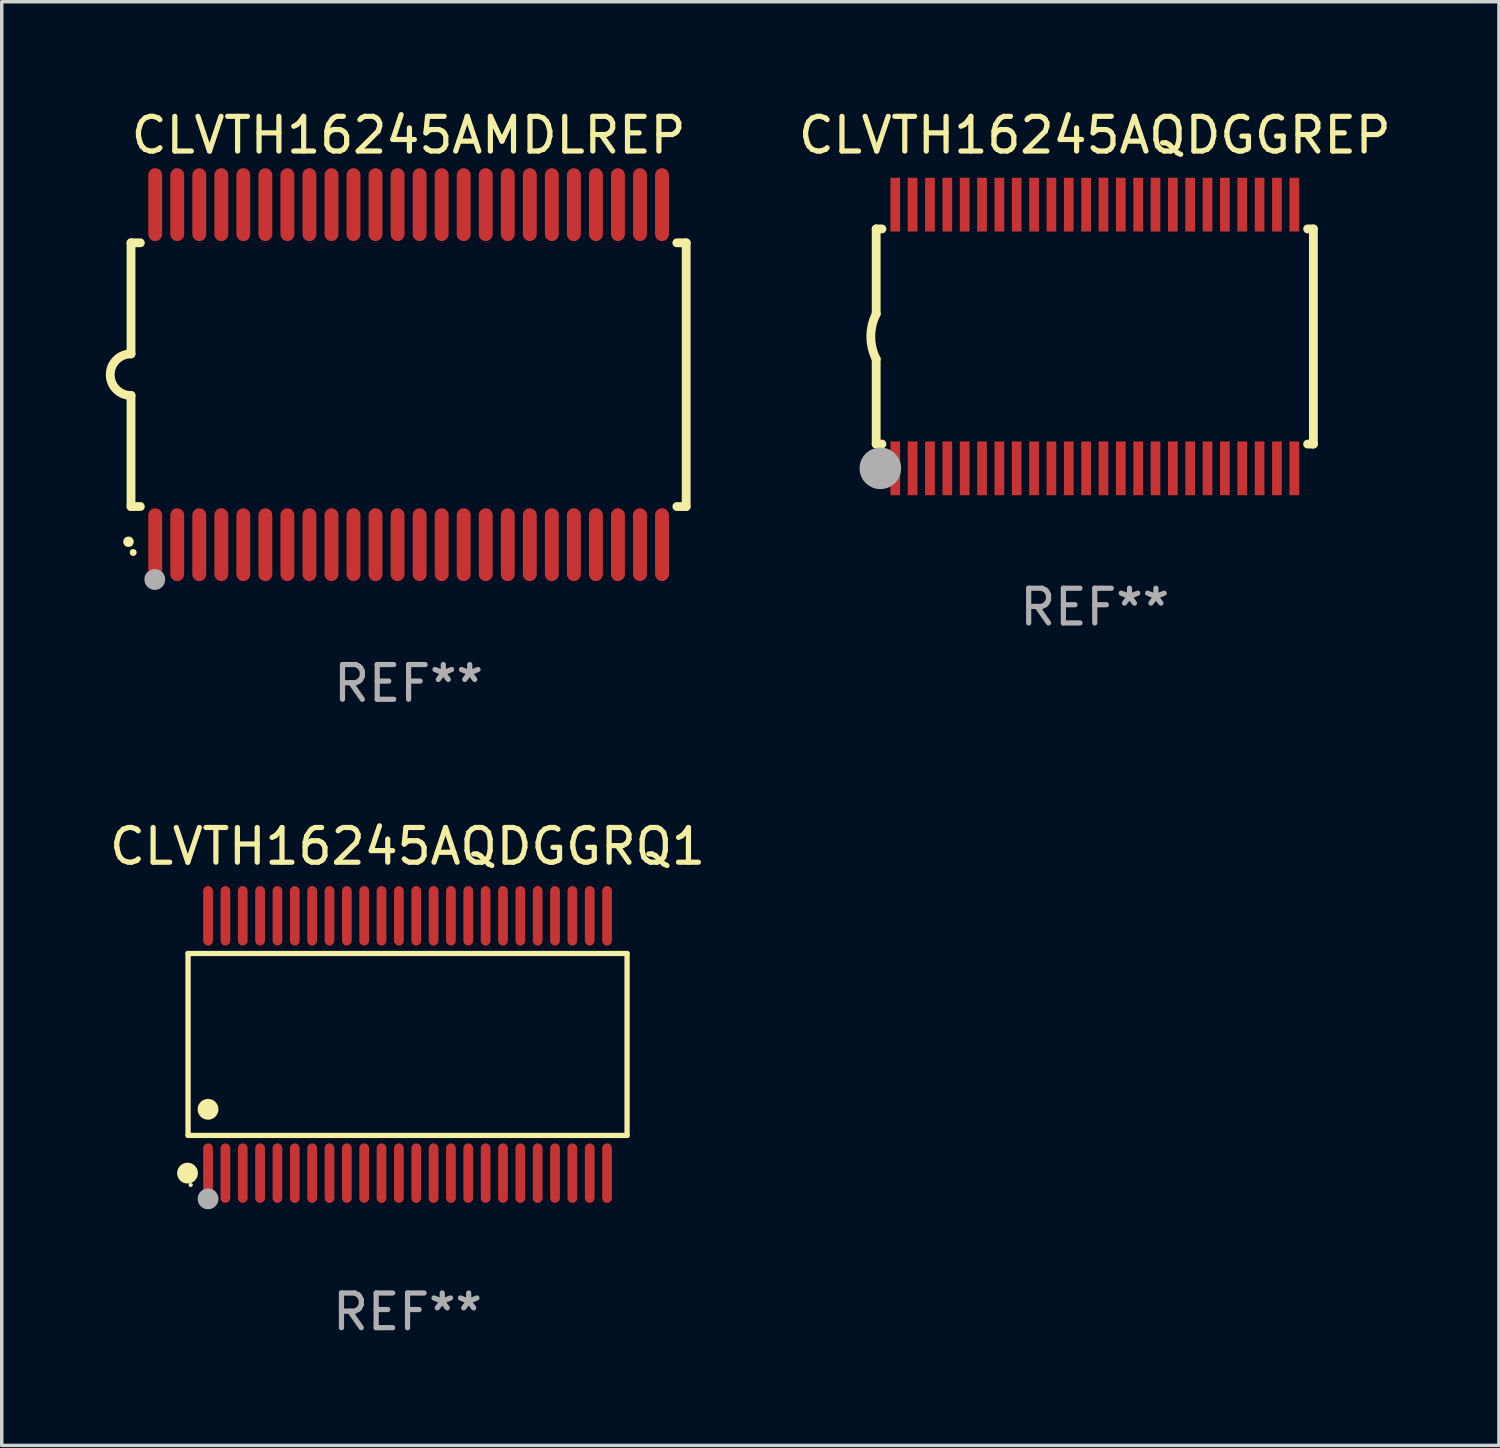
<source format=kicad_pcb>
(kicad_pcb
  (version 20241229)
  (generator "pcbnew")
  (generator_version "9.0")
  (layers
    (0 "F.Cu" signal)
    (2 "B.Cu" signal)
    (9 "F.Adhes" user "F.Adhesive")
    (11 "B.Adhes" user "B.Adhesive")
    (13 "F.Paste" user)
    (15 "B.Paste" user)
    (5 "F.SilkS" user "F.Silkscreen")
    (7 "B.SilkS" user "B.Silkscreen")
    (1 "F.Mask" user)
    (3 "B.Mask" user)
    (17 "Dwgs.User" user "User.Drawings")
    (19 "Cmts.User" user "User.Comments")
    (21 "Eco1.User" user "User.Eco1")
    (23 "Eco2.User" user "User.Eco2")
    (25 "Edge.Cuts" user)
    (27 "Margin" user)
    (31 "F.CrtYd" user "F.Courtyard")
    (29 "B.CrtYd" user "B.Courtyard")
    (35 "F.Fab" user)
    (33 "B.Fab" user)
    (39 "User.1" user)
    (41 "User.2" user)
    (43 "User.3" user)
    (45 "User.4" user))
  (footprint "CLVTH16245AMDLREP"
    (layer "F.Cu")
    (at 8.726 7.748)
    (property "Reference" "CLVTH16245AMDLREP" (at 0 -6.9 0) (layer "F.SilkS") (effects (font (size 1 1) (thickness 0.15))))
    (attr through_hole)
    (fp_line (start -8 -3.8) (end -8 -0.599) (stroke (width 0.254) (type solid)) (layer "F.SilkS"))
    (fp_line (start -8 -3.8) (end -7.731 -3.8) (stroke (width 0.254) (type solid)) (layer "F.SilkS"))
    (fp_line (start -8 3.8) (end -8 0.599) (stroke (width 0.254) (type solid)) (layer "F.SilkS"))
    (fp_line (start -7.731 3.8) (end -8 3.8) (stroke (width 0.254) (type solid)) (layer "F.SilkS"))
    (fp_line (start 7.731 -3.8) (end 8 -3.8) (stroke (width 0.254) (type solid)) (layer "F.SilkS"))
    (fp_line (start 8 -3.8) (end 8 3.8) (stroke (width 0.254) (type solid)) (layer "F.SilkS"))
    (fp_line (start 8 3.8) (end 7.731 3.8) (stroke (width 0.254) (type solid)) (layer "F.SilkS"))
    (fp_arc (start -8.074676 4.81585) (mid -8.073406 4.815845) (end -8.072136 4.81585) (stroke (width 0.3) (type solid)) (layer "F.SilkS"))
    (fp_arc (start -8.000025 0.6) (mid -8.598908 0.00056) (end -8.000027 -0.598882) (stroke (width 0.254001) (type solid)) (layer "F.SilkS"))
    (fp_circle (center -7.937 5.125) (end -7.887 5.125) (stroke (width 0.1) (type solid)) (fill no) (layer "F.SilkS"))
    (fp_circle (center -7.315 5.903) (end -7.165 5.903) (stroke (width 0.3) (type solid)) (fill no) (layer "F.Fab"))
    (fp_text user "REF**" (at 0 8.9 0) (layer "F.Fab") (effects (font (size 1 1) (thickness 0.15))))
    (pad "1" smd oval (at -7.303 4.9) (size 0.4 2.1) (layers "F.Cu" "F.Mask" "F.Paste"))
    (pad "2" smd oval (at -6.668 4.9) (size 0.4 2.1) (layers "F.Cu" "F.Mask" "F.Paste"))
    (pad "3" smd oval (at -6.033 4.9) (size 0.4 2.1) (layers "F.Cu" "F.Mask" "F.Paste"))
    (pad "4" smd oval (at -5.398 4.9) (size 0.4 2.1) (layers "F.Cu" "F.Mask" "F.Paste"))
    (pad "5" smd oval (at -4.763 4.9) (size 0.4 2.1) (layers "F.Cu" "F.Mask" "F.Paste"))
    (pad "6" smd oval (at -4.128 4.9) (size 0.4 2.1) (layers "F.Cu" "F.Mask" "F.Paste"))
    (pad "7" smd oval (at -3.493 4.9) (size 0.4 2.1) (layers "F.Cu" "F.Mask" "F.Paste"))
    (pad "8" smd oval (at -2.858 4.9) (size 0.4 2.1) (layers "F.Cu" "F.Mask" "F.Paste"))
    (pad "9" smd oval (at -2.223 4.9) (size 0.4 2.1) (layers "F.Cu" "F.Mask" "F.Paste"))
    (pad "10" smd oval (at -1.588 4.9) (size 0.4 2.1) (layers "F.Cu" "F.Mask" "F.Paste"))
    (pad "11" smd oval (at -0.953 4.9) (size 0.4 2.1) (layers "F.Cu" "F.Mask" "F.Paste"))
    (pad "12" smd oval (at -0.318 4.9) (size 0.4 2.1) (layers "F.Cu" "F.Mask" "F.Paste"))
    (pad "13" smd oval (at 0.318 4.9) (size 0.4 2.1) (layers "F.Cu" "F.Mask" "F.Paste"))
    (pad "14" smd oval (at 0.953 4.9) (size 0.4 2.1) (layers "F.Cu" "F.Mask" "F.Paste"))
    (pad "15" smd oval (at 1.588 4.9) (size 0.4 2.1) (layers "F.Cu" "F.Mask" "F.Paste"))
    (pad "16" smd oval (at 2.223 4.9) (size 0.4 2.1) (layers "F.Cu" "F.Mask" "F.Paste"))
    (pad "17" smd oval (at 2.858 4.9) (size 0.4 2.1) (layers "F.Cu" "F.Mask" "F.Paste"))
    (pad "18" smd oval (at 3.493 4.9) (size 0.4 2.1) (layers "F.Cu" "F.Mask" "F.Paste"))
    (pad "19" smd oval (at 4.128 4.9) (size 0.4 2.1) (layers "F.Cu" "F.Mask" "F.Paste"))
    (pad "20" smd oval (at 4.763 4.9) (size 0.4 2.1) (layers "F.Cu" "F.Mask" "F.Paste"))
    (pad "21" smd oval (at 5.398 4.9) (size 0.4 2.1) (layers "F.Cu" "F.Mask" "F.Paste"))
    (pad "22" smd oval (at 6.033 4.9) (size 0.4 2.1) (layers "F.Cu" "F.Mask" "F.Paste"))
    (pad "23" smd oval (at 6.668 4.9) (size 0.4 2.1) (layers "F.Cu" "F.Mask" "F.Paste"))
    (pad "24" smd oval (at 7.303 4.9) (size 0.4 2.1) (layers "F.Cu" "F.Mask" "F.Paste"))
    (pad "25" smd oval (at 7.303 -4.9 180) (size 0.4 2.1) (layers "F.Cu" "F.Mask" "F.Paste"))
    (pad "26" smd oval (at 6.668 -4.9 180) (size 0.4 2.1) (layers "F.Cu" "F.Mask" "F.Paste"))
    (pad "27" smd oval (at 6.033 -4.9 180) (size 0.4 2.1) (layers "F.Cu" "F.Mask" "F.Paste"))
    (pad "28" smd oval (at 5.398 -4.9 180) (size 0.4 2.1) (layers "F.Cu" "F.Mask" "F.Paste"))
    (pad "29" smd oval (at 4.763 -4.9 180) (size 0.4 2.1) (layers "F.Cu" "F.Mask" "F.Paste"))
    (pad "30" smd oval (at 4.128 -4.9 180) (size 0.4 2.1) (layers "F.Cu" "F.Mask" "F.Paste"))
    (pad "31" smd oval (at 3.493 -4.9 180) (size 0.4 2.1) (layers "F.Cu" "F.Mask" "F.Paste"))
    (pad "32" smd oval (at 2.858 -4.9 180) (size 0.4 2.1) (layers "F.Cu" "F.Mask" "F.Paste"))
    (pad "33" smd oval (at 2.223 -4.9 180) (size 0.4 2.1) (layers "F.Cu" "F.Mask" "F.Paste"))
    (pad "34" smd oval (at 1.588 -4.9 180) (size 0.4 2.1) (layers "F.Cu" "F.Mask" "F.Paste"))
    (pad "35" smd oval (at 0.953 -4.9 180) (size 0.4 2.1) (layers "F.Cu" "F.Mask" "F.Paste"))
    (pad "36" smd oval (at 0.318 -4.9 180) (size 0.4 2.1) (layers "F.Cu" "F.Mask" "F.Paste"))
    (pad "37" smd oval (at -0.318 -4.9 180) (size 0.4 2.1) (layers "F.Cu" "F.Mask" "F.Paste"))
    (pad "38" smd oval (at -0.953 -4.9 180) (size 0.4 2.1) (layers "F.Cu" "F.Mask" "F.Paste"))
    (pad "39" smd oval (at -1.588 -4.9 180) (size 0.4 2.1) (layers "F.Cu" "F.Mask" "F.Paste"))
    (pad "40" smd oval (at -2.223 -4.9 180) (size 0.4 2.1) (layers "F.Cu" "F.Mask" "F.Paste"))
    (pad "41" smd oval (at -2.858 -4.9 180) (size 0.4 2.1) (layers "F.Cu" "F.Mask" "F.Paste"))
    (pad "42" smd oval (at -3.493 -4.9 180) (size 0.4 2.1) (layers "F.Cu" "F.Mask" "F.Paste"))
    (pad "43" smd oval (at -4.128 -4.9 180) (size 0.4 2.1) (layers "F.Cu" "F.Mask" "F.Paste"))
    (pad "44" smd oval (at -4.763 -4.9 180) (size 0.4 2.1) (layers "F.Cu" "F.Mask" "F.Paste"))
    (pad "45" smd oval (at -5.398 -4.9 180) (size 0.4 2.1) (layers "F.Cu" "F.Mask" "F.Paste"))
    (pad "46" smd oval (at -6.033 -4.9 180) (size 0.4 2.1) (layers "F.Cu" "F.Mask" "F.Paste"))
    (pad "47" smd oval (at -6.668 -4.9 180) (size 0.4 2.1) (layers "F.Cu" "F.Mask" "F.Paste"))
    (pad "48" smd oval (at -7.303 -4.9 180) (size 0.4 2.1) (layers "F.Cu" "F.Mask" "F.Paste")))
  (footprint "CLVTH16245AQDGGREP"
    (layer "F.Cu")
    (at 28.502 6.648)
    (property "Reference" "CLVTH16245AQDGGREP" (at 0 -5.8 0) (layer "F.SilkS") (effects (font (size 1 1) (thickness 0.15))))
    (attr through_hole)
    (fp_line (start -6.3 -3.1) (end -6.3 -0.65) (stroke (width 0.254) (type solid)) (layer "F.SilkS"))
    (fp_line (start -6.3 -3.1) (end -6.134 -3.1) (stroke (width 0.254) (type solid)) (layer "F.SilkS"))
    (fp_line (start -6.3 3.1) (end -6.3 0.65) (stroke (width 0.254) (type solid)) (layer "F.SilkS"))
    (fp_line (start -6.3 3.1) (end -6.134 3.1) (stroke (width 0.254) (type solid)) (layer "F.SilkS"))
    (fp_line (start 6.134 -3.1) (end 6.3 -3.1) (stroke (width 0.254) (type solid)) (layer "F.SilkS"))
    (fp_line (start 6.134 3.1) (end 6.3 3.1) (stroke (width 0.254) (type solid)) (layer "F.SilkS"))
    (fp_line (start 6.3 -3.1) (end 6.3 3.1) (stroke (width 0.254) (type solid)) (layer "F.SilkS"))
    (fp_arc (start -6.301016 0.650114) (mid -6.45413 -0.000082) (end -6.3 -0.650038) (stroke (width 0.254001) (type solid)) (layer "F.SilkS"))
    (fp_circle (center -6.35 3.81) (end -6.223 3.81) (stroke (width 0.254) (type solid)) (fill no) (layer "F.SilkS"))
    (fp_circle (center -6.25 4.05) (end -6.22 4.05) (stroke (width 0.06) (type solid)) (fill no) (layer "F.SilkS"))
    (fp_circle (center -6.18 3.8) (end -5.88 3.8) (stroke (width 0.6) (type solid)) (fill no) (layer "F.Fab"))
    (fp_text user "REF**" (at 0 7.8 0) (layer "F.Fab") (effects (font (size 1 1) (thickness 0.15))))
    (pad "1" smd rect (at -5.75 3.8) (size 0.28 1.55) (layers "F.Cu" "F.Mask" "F.Paste"))
    (pad "2" smd rect (at -5.25 3.8) (size 0.28 1.55) (layers "F.Cu" "F.Mask" "F.Paste"))
    (pad "3" smd rect (at -4.75 3.8) (size 0.28 1.55) (layers "F.Cu" "F.Mask" "F.Paste"))
    (pad "4" smd rect (at -4.25 3.8) (size 0.28 1.55) (layers "F.Cu" "F.Mask" "F.Paste"))
    (pad "5" smd rect (at -3.75 3.8) (size 0.28 1.55) (layers "F.Cu" "F.Mask" "F.Paste"))
    (pad "6" smd rect (at -3.25 3.8) (size 0.28 1.55) (layers "F.Cu" "F.Mask" "F.Paste"))
    (pad "7" smd rect (at -2.75 3.8) (size 0.28 1.55) (layers "F.Cu" "F.Mask" "F.Paste"))
    (pad "8" smd rect (at -2.25 3.8) (size 0.28 1.55) (layers "F.Cu" "F.Mask" "F.Paste"))
    (pad "9" smd rect (at -1.75 3.8) (size 0.28 1.55) (layers "F.Cu" "F.Mask" "F.Paste"))
    (pad "10" smd rect (at -1.25 3.8) (size 0.28 1.55) (layers "F.Cu" "F.Mask" "F.Paste"))
    (pad "11" smd rect (at -0.75 3.8) (size 0.28 1.55) (layers "F.Cu" "F.Mask" "F.Paste"))
    (pad "12" smd rect (at -0.25 3.8) (size 0.28 1.55) (layers "F.Cu" "F.Mask" "F.Paste"))
    (pad "13" smd rect (at 0.25 3.8) (size 0.28 1.55) (layers "F.Cu" "F.Mask" "F.Paste"))
    (pad "14" smd rect (at 0.75 3.8) (size 0.28 1.55) (layers "F.Cu" "F.Mask" "F.Paste"))
    (pad "15" smd rect (at 1.25 3.8) (size 0.28 1.55) (layers "F.Cu" "F.Mask" "F.Paste"))
    (pad "16" smd rect (at 1.75 3.8) (size 0.28 1.55) (layers "F.Cu" "F.Mask" "F.Paste"))
    (pad "17" smd rect (at 2.25 3.8) (size 0.28 1.55) (layers "F.Cu" "F.Mask" "F.Paste"))
    (pad "18" smd rect (at 2.75 3.8) (size 0.28 1.55) (layers "F.Cu" "F.Mask" "F.Paste"))
    (pad "19" smd rect (at 3.25 3.8) (size 0.28 1.55) (layers "F.Cu" "F.Mask" "F.Paste"))
    (pad "20" smd rect (at 3.75 3.8) (size 0.28 1.55) (layers "F.Cu" "F.Mask" "F.Paste"))
    (pad "21" smd rect (at 4.25 3.8) (size 0.28 1.55) (layers "F.Cu" "F.Mask" "F.Paste"))
    (pad "22" smd rect (at 4.75 3.8) (size 0.28 1.55) (layers "F.Cu" "F.Mask" "F.Paste"))
    (pad "23" smd rect (at 5.25 3.8) (size 0.28 1.55) (layers "F.Cu" "F.Mask" "F.Paste"))
    (pad "24" smd rect (at 5.75 3.8) (size 0.28 1.55) (layers "F.Cu" "F.Mask" "F.Paste"))
    (pad "25" smd rect (at 5.75 -3.8) (size 0.28 1.55) (layers "F.Cu" "F.Mask" "F.Paste"))
    (pad "26" smd rect (at 5.25 -3.8) (size 0.28 1.55) (layers "F.Cu" "F.Mask" "F.Paste"))
    (pad "27" smd rect (at 4.75 -3.8) (size 0.28 1.55) (layers "F.Cu" "F.Mask" "F.Paste"))
    (pad "28" smd rect (at 4.25 -3.8) (size 0.28 1.55) (layers "F.Cu" "F.Mask" "F.Paste"))
    (pad "29" smd rect (at 3.75 -3.8) (size 0.28 1.55) (layers "F.Cu" "F.Mask" "F.Paste"))
    (pad "30" smd rect (at 3.25 -3.8) (size 0.28 1.55) (layers "F.Cu" "F.Mask" "F.Paste"))
    (pad "31" smd rect (at 2.75 -3.8) (size 0.28 1.55) (layers "F.Cu" "F.Mask" "F.Paste"))
    (pad "32" smd rect (at 2.25 -3.8) (size 0.28 1.55) (layers "F.Cu" "F.Mask" "F.Paste"))
    (pad "33" smd rect (at 1.75 -3.8) (size 0.28 1.55) (layers "F.Cu" "F.Mask" "F.Paste"))
    (pad "34" smd rect (at 1.25 -3.8) (size 0.28 1.55) (layers "F.Cu" "F.Mask" "F.Paste"))
    (pad "35" smd rect (at 0.75 -3.8) (size 0.28 1.55) (layers "F.Cu" "F.Mask" "F.Paste"))
    (pad "36" smd rect (at 0.25 -3.8) (size 0.28 1.55) (layers "F.Cu" "F.Mask" "F.Paste"))
    (pad "37" smd rect (at -0.25 -3.8) (size 0.28 1.55) (layers "F.Cu" "F.Mask" "F.Paste"))
    (pad "38" smd rect (at -0.75 -3.8) (size 0.28 1.55) (layers "F.Cu" "F.Mask" "F.Paste"))
    (pad "39" smd rect (at -1.25 -3.8) (size 0.28 1.55) (layers "F.Cu" "F.Mask" "F.Paste"))
    (pad "40" smd rect (at -1.75 -3.8) (size 0.28 1.55) (layers "F.Cu" "F.Mask" "F.Paste"))
    (pad "41" smd rect (at -2.25 -3.8) (size 0.28 1.55) (layers "F.Cu" "F.Mask" "F.Paste"))
    (pad "42" smd rect (at -2.75 -3.8) (size 0.28 1.55) (layers "F.Cu" "F.Mask" "F.Paste"))
    (pad "43" smd rect (at -3.25 -3.8) (size 0.28 1.55) (layers "F.Cu" "F.Mask" "F.Paste"))
    (pad "44" smd rect (at -3.75 -3.8) (size 0.28 1.55) (layers "F.Cu" "F.Mask" "F.Paste"))
    (pad "45" smd rect (at -4.25 -3.8) (size 0.28 1.55) (layers "F.Cu" "F.Mask" "F.Paste"))
    (pad "46" smd rect (at -4.75 -3.8) (size 0.28 1.55) (layers "F.Cu" "F.Mask" "F.Paste"))
    (pad "47" smd rect (at -5.25 -3.8) (size 0.28 1.55) (layers "F.Cu" "F.Mask" "F.Paste"))
    (pad "48" smd rect (at -5.75 -3.8) (size 0.28 1.55) (layers "F.Cu" "F.Mask" "F.Paste")))
  (footprint "CLVTH16245AQDGGRQ1"
    (layer "F.Cu")
    (at 8.696 27.052)
    (property "Reference" "CLVTH16245AQDGGRQ1" (at 0 -5.708 0) (layer "F.SilkS") (effects (font (size 1 1) (thickness 0.15))))
    (attr through_hole)
    (fp_line (start -6.326 -2.622) (end 6.326 -2.622) (stroke (width 0.152) (type solid)) (layer "F.SilkS"))
    (fp_line (start -6.326 2.621) (end -6.326 -2.622) (stroke (width 0.152) (type solid)) (layer "F.SilkS"))
    (fp_line (start 6.326 -2.622) (end 6.326 2.621) (stroke (width 0.152) (type solid)) (layer "F.SilkS"))
    (fp_line (start 6.326 2.621) (end -6.326 2.621) (stroke (width 0.152) (type solid)) (layer "F.SilkS"))
    (fp_circle (center -6.342 3.708) (end -6.192 3.708) (stroke (width 0.3) (type solid)) (fill no) (layer "F.SilkS"))
    (fp_circle (center -6.25 4.05) (end -6.22 4.05) (stroke (width 0.06) (type solid)) (fill no) (layer "F.SilkS"))
    (fp_circle (center -5.75 1.869) (end -5.6 1.869) (stroke (width 0.3) (type solid)) (fill no) (layer "F.SilkS"))
    (fp_circle (center -5.75 4.45) (end -5.6 4.45) (stroke (width 0.3) (type solid)) (fill no) (layer "F.Fab"))
    (fp_text user "REF**" (at 0 7.708 0) (layer "F.Fab") (effects (font (size 1 1) (thickness 0.15))))
    (pad "1" smd oval (at -5.75 3.708) (size 0.28 1.715) (layers "F.Cu" "F.Mask" "F.Paste"))
    (pad "2" smd oval (at -5.25 3.708) (size 0.28 1.715) (layers "F.Cu" "F.Mask" "F.Paste"))
    (pad "3" smd oval (at -4.75 3.708) (size 0.28 1.715) (layers "F.Cu" "F.Mask" "F.Paste"))
    (pad "4" smd oval (at -4.25 3.708) (size 0.28 1.715) (layers "F.Cu" "F.Mask" "F.Paste"))
    (pad "5" smd oval (at -3.75 3.708) (size 0.28 1.715) (layers "F.Cu" "F.Mask" "F.Paste"))
    (pad "6" smd oval (at -3.25 3.708) (size 0.28 1.715) (layers "F.Cu" "F.Mask" "F.Paste"))
    (pad "7" smd oval (at -2.75 3.708) (size 0.28 1.715) (layers "F.Cu" "F.Mask" "F.Paste"))
    (pad "8" smd oval (at -2.25 3.708) (size 0.28 1.715) (layers "F.Cu" "F.Mask" "F.Paste"))
    (pad "9" smd oval (at -1.75 3.708) (size 0.28 1.715) (layers "F.Cu" "F.Mask" "F.Paste"))
    (pad "10" smd oval (at -1.25 3.708) (size 0.28 1.715) (layers "F.Cu" "F.Mask" "F.Paste"))
    (pad "11" smd oval (at -0.75 3.708) (size 0.28 1.715) (layers "F.Cu" "F.Mask" "F.Paste"))
    (pad "12" smd oval (at -0.25 3.708) (size 0.28 1.715) (layers "F.Cu" "F.Mask" "F.Paste"))
    (pad "13" smd oval (at 0.25 3.708) (size 0.28 1.715) (layers "F.Cu" "F.Mask" "F.Paste"))
    (pad "14" smd oval (at 0.75 3.708) (size 0.28 1.715) (layers "F.Cu" "F.Mask" "F.Paste"))
    (pad "15" smd oval (at 1.25 3.708) (size 0.28 1.715) (layers "F.Cu" "F.Mask" "F.Paste"))
    (pad "16" smd oval (at 1.75 3.708) (size 0.28 1.715) (layers "F.Cu" "F.Mask" "F.Paste"))
    (pad "17" smd oval (at 2.25 3.708) (size 0.28 1.715) (layers "F.Cu" "F.Mask" "F.Paste"))
    (pad "18" smd oval (at 2.75 3.708) (size 0.28 1.715) (layers "F.Cu" "F.Mask" "F.Paste"))
    (pad "19" smd oval (at 3.25 3.708) (size 0.28 1.715) (layers "F.Cu" "F.Mask" "F.Paste"))
    (pad "20" smd oval (at 3.75 3.708) (size 0.28 1.715) (layers "F.Cu" "F.Mask" "F.Paste"))
    (pad "21" smd oval (at 4.25 3.708) (size 0.28 1.715) (layers "F.Cu" "F.Mask" "F.Paste"))
    (pad "22" smd oval (at 4.75 3.708) (size 0.28 1.715) (layers "F.Cu" "F.Mask" "F.Paste"))
    (pad "23" smd oval (at 5.25 3.708) (size 0.28 1.715) (layers "F.Cu" "F.Mask" "F.Paste"))
    (pad "24" smd oval (at 5.75 3.708) (size 0.28 1.715) (layers "F.Cu" "F.Mask" "F.Paste"))
    (pad "25" smd oval (at 5.75 -3.708) (size 0.28 1.715) (layers "F.Cu" "F.Mask" "F.Paste"))
    (pad "26" smd oval (at 5.25 -3.708) (size 0.28 1.715) (layers "F.Cu" "F.Mask" "F.Paste"))
    (pad "27" smd oval (at 4.75 -3.708) (size 0.28 1.715) (layers "F.Cu" "F.Mask" "F.Paste"))
    (pad "28" smd oval (at 4.25 -3.708) (size 0.28 1.715) (layers "F.Cu" "F.Mask" "F.Paste"))
    (pad "29" smd oval (at 3.75 -3.708) (size 0.28 1.715) (layers "F.Cu" "F.Mask" "F.Paste"))
    (pad "30" smd oval (at 3.25 -3.708) (size 0.28 1.715) (layers "F.Cu" "F.Mask" "F.Paste"))
    (pad "31" smd oval (at 2.75 -3.708) (size 0.28 1.715) (layers "F.Cu" "F.Mask" "F.Paste"))
    (pad "32" smd oval (at 2.25 -3.708) (size 0.28 1.715) (layers "F.Cu" "F.Mask" "F.Paste"))
    (pad "33" smd oval (at 1.75 -3.708) (size 0.28 1.715) (layers "F.Cu" "F.Mask" "F.Paste"))
    (pad "34" smd oval (at 1.25 -3.708) (size 0.28 1.715) (layers "F.Cu" "F.Mask" "F.Paste"))
    (pad "35" smd oval (at 0.75 -3.708) (size 0.28 1.715) (layers "F.Cu" "F.Mask" "F.Paste"))
    (pad "36" smd oval (at 0.25 -3.708) (size 0.28 1.715) (layers "F.Cu" "F.Mask" "F.Paste"))
    (pad "37" smd oval (at -0.25 -3.708) (size 0.28 1.715) (layers "F.Cu" "F.Mask" "F.Paste"))
    (pad "38" smd oval (at -0.75 -3.708) (size 0.28 1.715) (layers "F.Cu" "F.Mask" "F.Paste"))
    (pad "39" smd oval (at -1.25 -3.708) (size 0.28 1.715) (layers "F.Cu" "F.Mask" "F.Paste"))
    (pad "40" smd oval (at -1.75 -3.708) (size 0.28 1.715) (layers "F.Cu" "F.Mask" "F.Paste"))
    (pad "41" smd oval (at -2.25 -3.708) (size 0.28 1.715) (layers "F.Cu" "F.Mask" "F.Paste"))
    (pad "42" smd oval (at -2.75 -3.708) (size 0.28 1.715) (layers "F.Cu" "F.Mask" "F.Paste"))
    (pad "43" smd oval (at -3.25 -3.708) (size 0.28 1.715) (layers "F.Cu" "F.Mask" "F.Paste"))
    (pad "44" smd oval (at -3.75 -3.708) (size 0.28 1.715) (layers "F.Cu" "F.Mask" "F.Paste"))
    (pad "45" smd oval (at -4.25 -3.708) (size 0.28 1.715) (layers "F.Cu" "F.Mask" "F.Paste"))
    (pad "46" smd oval (at -4.75 -3.708) (size 0.28 1.715) (layers "F.Cu" "F.Mask" "F.Paste"))
    (pad "47" smd oval (at -5.25 -3.708) (size 0.28 1.715) (layers "F.Cu" "F.Mask" "F.Paste"))
    (pad "48" smd oval (at -5.75 -3.708) (size 0.28 1.715) (layers "F.Cu" "F.Mask" "F.Paste")))
  (gr_rect
    (start -3 -3)
    (end 40.151 38.608)
    (stroke (width 0.1) (type default))
    (fill no)
    (layer "Edge.Cuts")))
</source>
